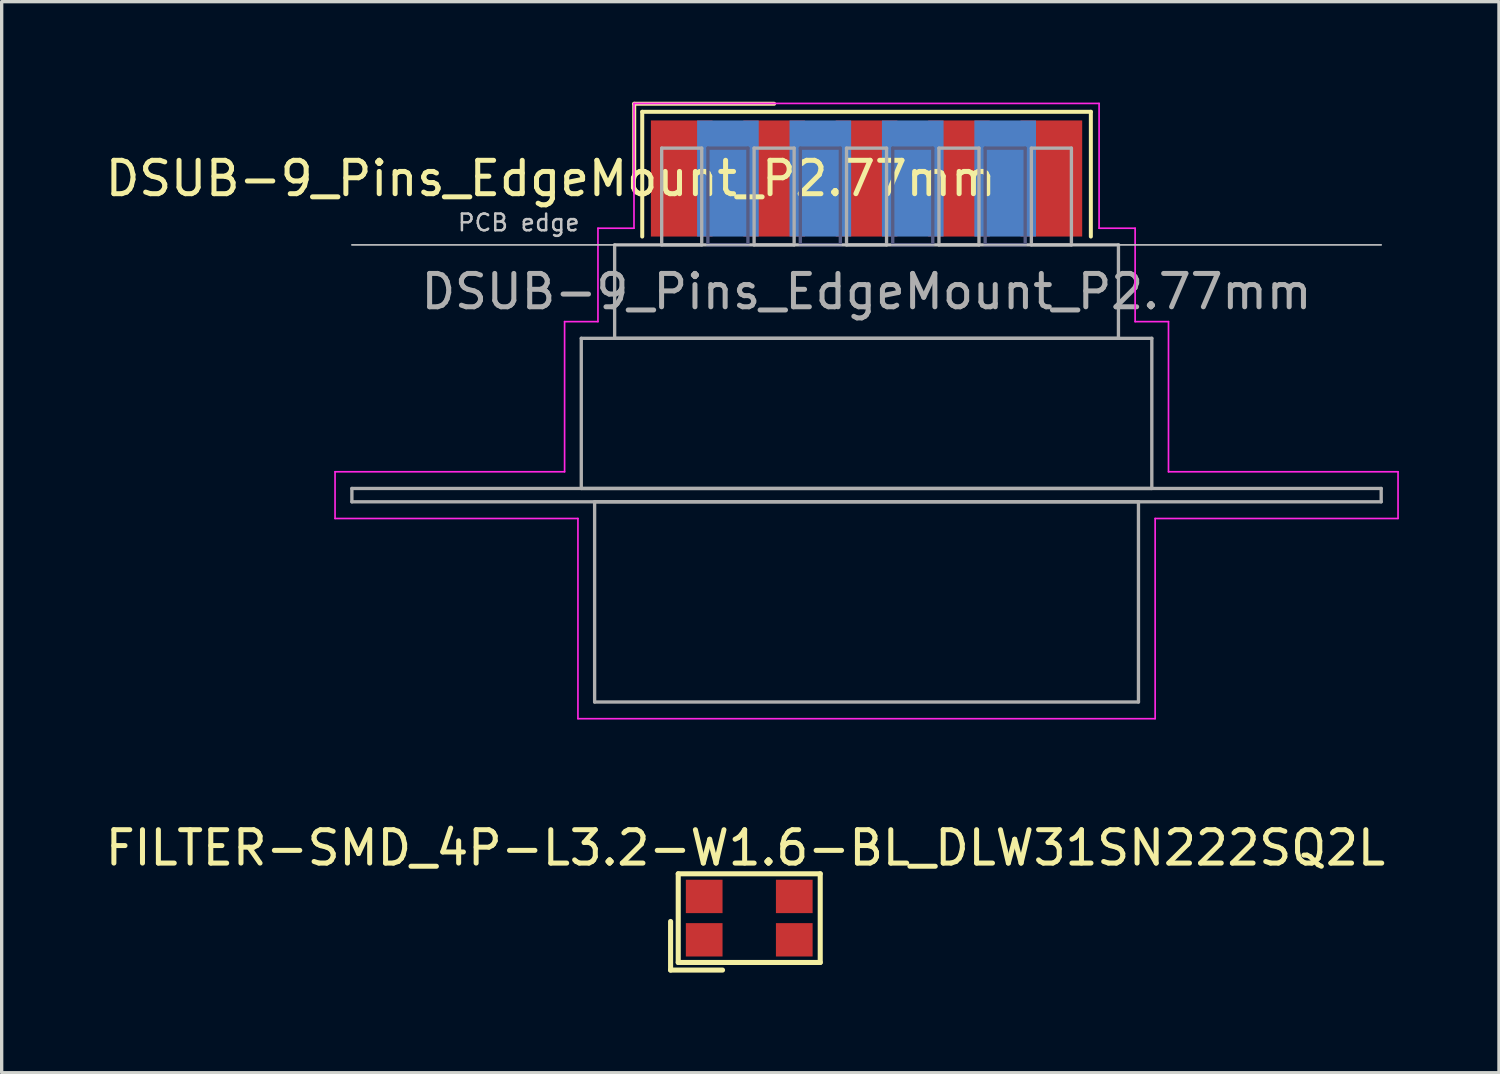
<source format=kicad_pcb>
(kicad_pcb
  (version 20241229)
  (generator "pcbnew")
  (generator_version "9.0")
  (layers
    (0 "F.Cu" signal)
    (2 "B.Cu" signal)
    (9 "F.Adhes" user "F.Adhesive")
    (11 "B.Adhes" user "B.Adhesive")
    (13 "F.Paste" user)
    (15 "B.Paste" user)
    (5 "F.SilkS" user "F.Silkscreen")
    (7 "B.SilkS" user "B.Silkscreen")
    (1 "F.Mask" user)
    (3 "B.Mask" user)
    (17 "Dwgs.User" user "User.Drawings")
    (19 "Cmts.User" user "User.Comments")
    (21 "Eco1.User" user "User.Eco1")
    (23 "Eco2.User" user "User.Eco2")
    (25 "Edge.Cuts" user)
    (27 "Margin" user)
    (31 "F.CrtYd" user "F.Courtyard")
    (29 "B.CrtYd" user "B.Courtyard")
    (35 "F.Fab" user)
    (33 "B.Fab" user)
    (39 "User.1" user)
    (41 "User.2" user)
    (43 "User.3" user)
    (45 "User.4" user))
  (footprint "FILTER-SMD_4P-L3.2-W1.6-BL_DLW31SN222SQ2L"
    (layer "F.Cu")
    (at 19.406 24.468)
    (property "Reference" "FILTER-SMD_4P-L3.2-W1.6-BL_DLW31SN222SQ2L" (at -0.114 -2.105 0) (layer "F.SilkS") (effects (font (size 1 1) (thickness 0.15))))
    (fp_line (start -2.357 0.1) (end -2.357 1.557) (stroke (width 0.152) (type default)) (layer "F.SilkS"))
    (fp_line (start -2.357 1.557) (end -0.8 1.557) (stroke (width 0.152) (type default)) (layer "F.SilkS"))
    (fp_line (start -2.128 -1.329) (end 2.128 -1.329) (stroke (width 0.152) (type default)) (layer "F.SilkS"))
    (fp_line (start -2.128 1.329) (end -2.128 -1.329) (stroke (width 0.152) (type default)) (layer "F.SilkS"))
    (fp_line (start 2.128 -1.329) (end 2.128 1.329) (stroke (width 0.152) (type default)) (layer "F.SilkS"))
    (fp_line (start 2.128 1.329) (end -2.128 1.329) (stroke (width 0.152) (type default)) (layer "F.SilkS"))
    (fp_poly (pts (xy -0.9 -0.8) (xy -0.9 -0.2) (xy -1.6 -0.2) (xy -1.6 -0.8)) (stroke (width 0.1) (type default)) (fill no) (layer "User.1"))
    (fp_poly (pts (xy -0.9 0.8) (xy -0.9 0.2) (xy -1.6 0.2) (xy -1.6 0.8)) (stroke (width 0.1) (type default)) (fill no) (layer "User.1"))
    (fp_poly (pts (xy 0.9 -0.8) (xy 0.9 -0.2) (xy 1.6 -0.2) (xy 1.6 -0.8)) (stroke (width 0.1) (type default)) (fill no) (layer "User.1"))
    (fp_poly (pts (xy 0.9 0.8) (xy 0.9 0.2) (xy 1.6 0.2) (xy 1.6 0.8)) (stroke (width 0.1) (type default)) (fill no) (layer "User.1"))
    (fp_line (start -1.6 -0.8) (end 1.6 -0.8) (stroke (width 0.051) (type default)) (layer "User.2"))
    (fp_line (start -1.6 0.8) (end -1.6 -0.8) (stroke (width 0.051) (type default)) (layer "User.2"))
    (fp_line (start 1.6 -0.8) (end 1.6 0.8) (stroke (width 0.051) (type default)) (layer "User.2"))
    (fp_line (start 1.6 0.8) (end -1.6 0.8) (stroke (width 0.051) (type default)) (layer "User.2"))
    (fp_poly (pts (xy -1.545 0.777) (xy -1.577 0.745) (xy -1.623 0.745) (xy -1.655 0.777) (xy -1.655 0.823) (xy -1.623 0.855) (xy -1.577 0.855) (xy -1.545 0.823)) (stroke (width 0.1) (type default)) (fill no) (layer "User.3"))
    (pad "1" smd rect (at -1.35 0.65) (size 1.1 1) (layers "F.Cu" "F.Mask" "F.Paste"))
    (pad "2" smd rect (at 1.35 0.65) (size 1.1 1) (layers "F.Cu" "F.Mask" "F.Paste"))
    (pad "3" smd rect (at 1.35 -0.65) (size 1.1 1) (layers "F.Cu" "F.Mask" "F.Paste"))
    (pad "4" smd rect (at -1.35 -0.65) (size 1.1 1) (layers "F.Cu" "F.Mask" "F.Paste")))
  (footprint "DSUB-9_Pins_EdgeMount_P2.77mm"
    (layer "F.Cu")
    (at 22.922 2.3)
    (property "Reference" "DSUB-9_Pins_EdgeMount_P2.77mm" (at -9.463 0 0) (layer "F.SilkS") (effects (font (size 1 1) (thickness 0.15))))
    (attr smd)
    (fp_line (start -6.963 -2.24) (end -2.77 -2.24) (stroke (width 0.12) (type solid)) (layer "F.SilkS"))
    (fp_line (start -6.963 0) (end -6.963 -2.24) (stroke (width 0.12) (type solid)) (layer "F.SilkS"))
    (fp_line (start -6.723 -2) (end -6.723 1.74) (stroke (width 0.12) (type solid)) (layer "F.SilkS"))
    (fp_line (start 6.723 -2) (end -6.723 -2) (stroke (width 0.12) (type solid)) (layer "F.SilkS"))
    (fp_line (start 6.723 1.74) (end 6.723 -2) (stroke (width 0.12) (type solid)) (layer "F.SilkS"))
    (fp_line (start -15.425 1.99) (end 15.425 1.99) (stroke (width 0.05) (type solid)) (layer "Dwgs.User"))
    (fp_line (start -15.93 8.79) (end -9.05 8.79) (stroke (width 0.05) (type solid)) (layer "F.CrtYd"))
    (fp_line (start -15.93 10.19) (end -15.93 8.79) (stroke (width 0.05) (type solid)) (layer "F.CrtYd"))
    (fp_line (start -9.05 4.29) (end -8.05 4.29) (stroke (width 0.05) (type solid)) (layer "F.CrtYd"))
    (fp_line (start -9.05 8.79) (end -9.05 4.29) (stroke (width 0.05) (type solid)) (layer "F.CrtYd"))
    (fp_line (start -8.65 10.19) (end -15.93 10.19) (stroke (width 0.05) (type solid)) (layer "F.CrtYd"))
    (fp_line (start -8.65 16.19) (end -8.65 10.19) (stroke (width 0.05) (type solid)) (layer "F.CrtYd"))
    (fp_line (start -8.05 1.49) (end -6.97 1.49) (stroke (width 0.05) (type solid)) (layer "F.CrtYd"))
    (fp_line (start -8.05 4.29) (end -8.05 1.49) (stroke (width 0.05) (type solid)) (layer "F.CrtYd"))
    (fp_line (start -6.97 -2.25) (end 6.97 -2.25) (stroke (width 0.05) (type solid)) (layer "F.CrtYd"))
    (fp_line (start -6.97 1.49) (end -6.97 -2.25) (stroke (width 0.05) (type solid)) (layer "F.CrtYd"))
    (fp_line (start 6.97 -2.25) (end 6.97 1.49) (stroke (width 0.05) (type solid)) (layer "F.CrtYd"))
    (fp_line (start 6.97 1.49) (end 8.05 1.49) (stroke (width 0.05) (type solid)) (layer "F.CrtYd"))
    (fp_line (start 8.05 1.49) (end 8.05 4.29) (stroke (width 0.05) (type solid)) (layer "F.CrtYd"))
    (fp_line (start 8.05 4.29) (end 9.05 4.29) (stroke (width 0.05) (type solid)) (layer "F.CrtYd"))
    (fp_line (start 8.65 10.19) (end 8.65 16.19) (stroke (width 0.05) (type solid)) (layer "F.CrtYd"))
    (fp_line (start 8.65 16.19) (end -8.65 16.19) (stroke (width 0.05) (type solid)) (layer "F.CrtYd"))
    (fp_line (start 9.05 4.29) (end 9.05 8.79) (stroke (width 0.05) (type solid)) (layer "F.CrtYd"))
    (fp_line (start 9.05 8.79) (end 15.93 8.79) (stroke (width 0.05) (type solid)) (layer "F.CrtYd"))
    (fp_line (start 15.93 8.79) (end 15.93 10.19) (stroke (width 0.05) (type solid)) (layer "F.CrtYd"))
    (fp_line (start 15.93 10.19) (end 8.65 10.19) (stroke (width 0.05) (type solid)) (layer "F.CrtYd"))
    (fp_line (start -4.755 -0.91) (end -4.755 1.99) (stroke (width 0.1) (type solid)) (layer "B.Fab"))
    (fp_line (start -4.755 1.99) (end -3.555 1.99) (stroke (width 0.1) (type solid)) (layer "B.Fab"))
    (fp_line (start -3.555 -0.91) (end -4.755 -0.91) (stroke (width 0.1) (type solid)) (layer "B.Fab"))
    (fp_line (start -3.555 1.99) (end -3.555 -0.91) (stroke (width 0.1) (type solid)) (layer "B.Fab"))
    (fp_line (start -1.985 -0.91) (end -1.985 1.99) (stroke (width 0.1) (type solid)) (layer "B.Fab"))
    (fp_line (start -1.985 1.99) (end -0.785 1.99) (stroke (width 0.1) (type solid)) (layer "B.Fab"))
    (fp_line (start -0.785 -0.91) (end -1.985 -0.91) (stroke (width 0.1) (type solid)) (layer "B.Fab"))
    (fp_line (start -0.785 1.99) (end -0.785 -0.91) (stroke (width 0.1) (type solid)) (layer "B.Fab"))
    (fp_line (start 0.785 -0.91) (end 0.785 1.99) (stroke (width 0.1) (type solid)) (layer "B.Fab"))
    (fp_line (start 0.785 1.99) (end 1.985 1.99) (stroke (width 0.1) (type solid)) (layer "B.Fab"))
    (fp_line (start 1.985 -0.91) (end 0.785 -0.91) (stroke (width 0.1) (type solid)) (layer "B.Fab"))
    (fp_line (start 1.985 1.99) (end 1.985 -0.91) (stroke (width 0.1) (type solid)) (layer "B.Fab"))
    (fp_line (start 3.555 -0.91) (end 3.555 1.99) (stroke (width 0.1) (type solid)) (layer "B.Fab"))
    (fp_line (start 3.555 1.99) (end 4.755 1.99) (stroke (width 0.1) (type solid)) (layer "B.Fab"))
    (fp_line (start 4.755 -0.91) (end 3.555 -0.91) (stroke (width 0.1) (type solid)) (layer "B.Fab"))
    (fp_line (start 4.755 1.99) (end 4.755 -0.91) (stroke (width 0.1) (type solid)) (layer "B.Fab"))
    (fp_line (start -15.425 9.29) (end -15.425 9.69) (stroke (width 0.1) (type solid)) (layer "F.Fab"))
    (fp_line (start -15.425 9.69) (end 15.425 9.69) (stroke (width 0.1) (type solid)) (layer "F.Fab"))
    (fp_line (start -8.55 4.79) (end -8.55 9.29) (stroke (width 0.1) (type solid)) (layer "F.Fab"))
    (fp_line (start -8.55 9.29) (end 8.55 9.29) (stroke (width 0.1) (type solid)) (layer "F.Fab"))
    (fp_line (start -8.15 9.69) (end -8.15 15.69) (stroke (width 0.1) (type solid)) (layer "F.Fab"))
    (fp_line (start -8.15 15.69) (end 8.15 15.69) (stroke (width 0.1) (type solid)) (layer "F.Fab"))
    (fp_line (start -7.55 1.99) (end -7.55 4.79) (stroke (width 0.1) (type solid)) (layer "F.Fab"))
    (fp_line (start -7.55 4.79) (end 7.55 4.79) (stroke (width 0.1) (type solid)) (layer "F.Fab"))
    (fp_line (start -6.14 -0.91) (end -6.14 1.99) (stroke (width 0.1) (type solid)) (layer "F.Fab"))
    (fp_line (start -6.14 1.99) (end -4.94 1.99) (stroke (width 0.1) (type solid)) (layer "F.Fab"))
    (fp_line (start -4.94 -0.91) (end -6.14 -0.91) (stroke (width 0.1) (type solid)) (layer "F.Fab"))
    (fp_line (start -4.94 1.99) (end -4.94 -0.91) (stroke (width 0.1) (type solid)) (layer "F.Fab"))
    (fp_line (start -3.37 -0.91) (end -3.37 1.99) (stroke (width 0.1) (type solid)) (layer "F.Fab"))
    (fp_line (start -3.37 1.99) (end -2.17 1.99) (stroke (width 0.1) (type solid)) (layer "F.Fab"))
    (fp_line (start -2.17 -0.91) (end -3.37 -0.91) (stroke (width 0.1) (type solid)) (layer "F.Fab"))
    (fp_line (start -2.17 1.99) (end -2.17 -0.91) (stroke (width 0.1) (type solid)) (layer "F.Fab"))
    (fp_line (start -0.6 -0.91) (end -0.6 1.99) (stroke (width 0.1) (type solid)) (layer "F.Fab"))
    (fp_line (start -0.6 1.99) (end 0.6 1.99) (stroke (width 0.1) (type solid)) (layer "F.Fab"))
    (fp_line (start 0.6 -0.91) (end -0.6 -0.91) (stroke (width 0.1) (type solid)) (layer "F.Fab"))
    (fp_line (start 0.6 1.99) (end 0.6 -0.91) (stroke (width 0.1) (type solid)) (layer "F.Fab"))
    (fp_line (start 2.17 -0.91) (end 2.17 1.99) (stroke (width 0.1) (type solid)) (layer "F.Fab"))
    (fp_line (start 2.17 1.99) (end 3.37 1.99) (stroke (width 0.1) (type solid)) (layer "F.Fab"))
    (fp_line (start 3.37 -0.91) (end 2.17 -0.91) (stroke (width 0.1) (type solid)) (layer "F.Fab"))
    (fp_line (start 3.37 1.99) (end 3.37 -0.91) (stroke (width 0.1) (type solid)) (layer "F.Fab"))
    (fp_line (start 4.94 -0.91) (end 4.94 1.99) (stroke (width 0.1) (type solid)) (layer "F.Fab"))
    (fp_line (start 4.94 1.99) (end 6.14 1.99) (stroke (width 0.1) (type solid)) (layer "F.Fab"))
    (fp_line (start 6.14 -0.91) (end 4.94 -0.91) (stroke (width 0.1) (type solid)) (layer "F.Fab"))
    (fp_line (start 6.14 1.99) (end 6.14 -0.91) (stroke (width 0.1) (type solid)) (layer "F.Fab"))
    (fp_line (start 7.55 1.99) (end -7.55 1.99) (stroke (width 0.1) (type solid)) (layer "F.Fab"))
    (fp_line (start 7.55 4.79) (end 7.55 1.99) (stroke (width 0.1) (type solid)) (layer "F.Fab"))
    (fp_line (start 8.15 9.69) (end -8.15 9.69) (stroke (width 0.1) (type solid)) (layer "F.Fab"))
    (fp_line (start 8.15 15.69) (end 8.15 9.69) (stroke (width 0.1) (type solid)) (layer "F.Fab"))
    (fp_line (start 8.55 4.79) (end -8.55 4.79) (stroke (width 0.1) (type solid)) (layer "F.Fab"))
    (fp_line (start 8.55 9.29) (end 8.55 4.79) (stroke (width 0.1) (type solid)) (layer "F.Fab"))
    (fp_line (start 15.425 9.29) (end -15.425 9.29) (stroke (width 0.1) (type solid)) (layer "F.Fab"))
    (fp_line (start 15.425 9.69) (end 15.425 9.29) (stroke (width 0.1) (type solid)) (layer "F.Fab"))
    (fp_text user "PCB edge" (at -10.425 1.323 0) (layer "Dwgs.User") (effects (font (size 0.5 0.5) (thickness 0.075))))
    (fp_text user "${REFERENCE}" (at 0 3.39 0) (layer "F.Fab") (effects (font (size 1 1) (thickness 0.15))))
    (pad "1" smd rect (at -5.54 0) (size 1.847 3.48) (layers "F.Cu" "F.Mask" "F.Paste"))
    (pad "2" smd rect (at -2.77 0) (size 1.847 3.48) (layers "F.Cu" "F.Mask" "F.Paste"))
    (pad "3" smd rect (at 0 0) (size 1.847 3.48) (layers "F.Cu" "F.Mask" "F.Paste"))
    (pad "4" smd rect (at 2.77 0) (size 1.847 3.48) (layers "F.Cu" "F.Mask" "F.Paste"))
    (pad "5" smd rect (at 5.54 0) (size 1.847 3.48) (layers "F.Cu" "F.Mask" "F.Paste"))
    (pad "6" smd rect (at -4.155 0) (size 1.847 3.48) (layers "B.Cu" "B.Mask" "B.Paste"))
    (pad "7" smd rect (at -1.385 0) (size 1.847 3.48) (layers "B.Cu" "B.Mask" "B.Paste"))
    (pad "8" smd rect (at 1.385 0) (size 1.847 3.48) (layers "B.Cu" "B.Mask" "B.Paste"))
    (pad "9" smd rect (at 4.155 0) (size 1.847 3.48) (layers "B.Cu" "B.Mask" "B.Paste")))
  (gr_rect
    (start -3 -3)
    (end 41.877 29.101)
    (stroke (width 0.1) (type default))
    (fill no)
    (layer "Edge.Cuts")))
</source>
